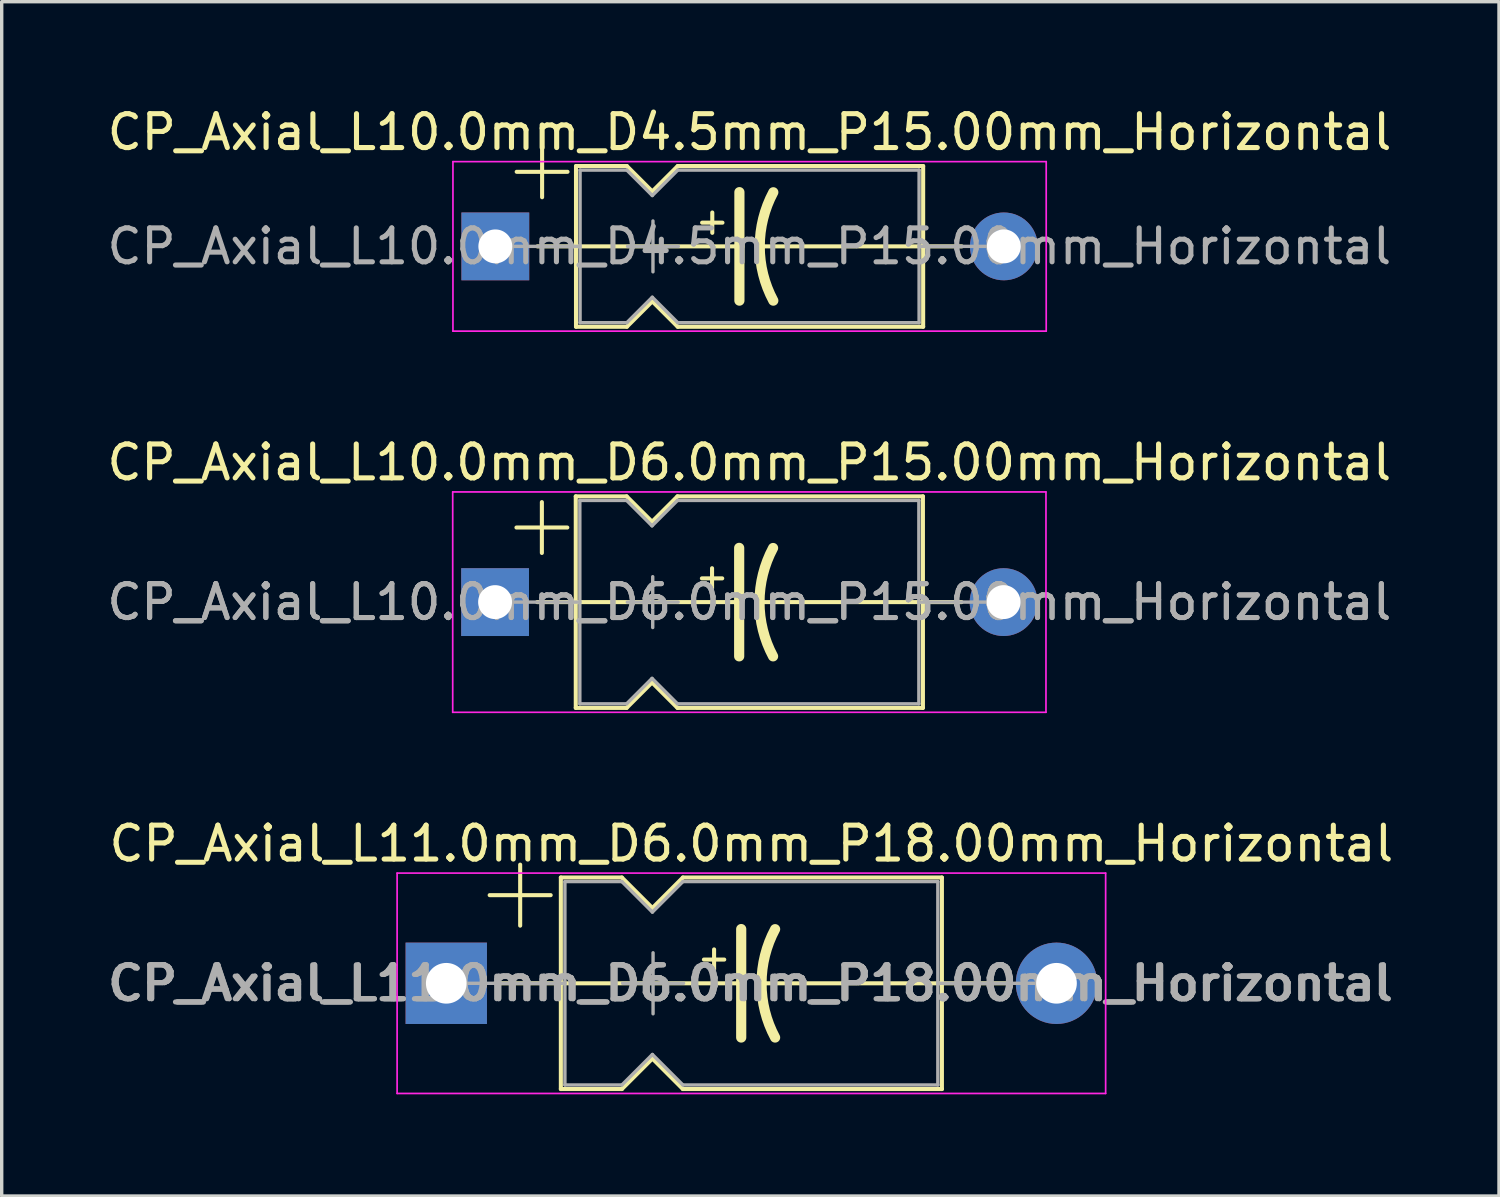
<source format=kicad_pcb>
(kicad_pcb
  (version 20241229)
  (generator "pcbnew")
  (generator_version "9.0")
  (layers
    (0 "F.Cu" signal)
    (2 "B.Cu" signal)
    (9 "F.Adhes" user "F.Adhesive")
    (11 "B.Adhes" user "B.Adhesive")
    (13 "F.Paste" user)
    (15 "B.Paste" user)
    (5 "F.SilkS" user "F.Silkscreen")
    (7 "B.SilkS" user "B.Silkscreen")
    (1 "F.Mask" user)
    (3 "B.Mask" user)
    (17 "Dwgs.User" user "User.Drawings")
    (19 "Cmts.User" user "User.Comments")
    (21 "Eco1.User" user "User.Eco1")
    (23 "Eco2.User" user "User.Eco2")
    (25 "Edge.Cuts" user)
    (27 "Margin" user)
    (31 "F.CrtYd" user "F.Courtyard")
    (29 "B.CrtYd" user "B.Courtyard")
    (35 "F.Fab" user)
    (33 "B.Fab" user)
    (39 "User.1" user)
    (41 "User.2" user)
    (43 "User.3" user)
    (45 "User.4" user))
  (footprint "CP_Axial_L10.0mm_D4.5mm_P15.00mm_Horizontal"
    (layer "F.Cu")
    (at 11.561 4.218)
    (property "Reference" "CP_Axial_L10.0mm_D4.5mm_P15.00mm_Horizontal" (at 7.5 -3.37 0) (layer "F.SilkS") (effects (font (size 1 1) (thickness 0.15))))
    (attr through_hole)
    (fp_line (start 0.63 -2.2) (end 2.13 -2.2) (stroke (width 0.12) (type solid)) (layer "F.SilkS"))
    (fp_line (start 1.24 0) (end 2.38 0) (stroke (width 0.12) (type solid)) (layer "F.SilkS"))
    (fp_line (start 1.38 -2.95) (end 1.38 -1.45) (stroke (width 0.12) (type solid)) (layer "F.SilkS"))
    (fp_line (start 2.38 -2.37) (end 2.38 2.37) (stroke (width 0.12) (type solid)) (layer "F.SilkS"))
    (fp_line (start 2.38 -2.37) (end 3.88 -2.37) (stroke (width 0.12) (type solid)) (layer "F.SilkS"))
    (fp_line (start 2.38 0) (end 7.2 0) (stroke (width 0.12) (type solid)) (layer "F.SilkS"))
    (fp_line (start 2.38 2.37) (end 3.88 2.37) (stroke (width 0.12) (type solid)) (layer "F.SilkS"))
    (fp_line (start 3.88 -2.37) (end 4.63 -1.62) (stroke (width 0.12) (type solid)) (layer "F.SilkS"))
    (fp_line (start 3.88 2.37) (end 4.63 1.62) (stroke (width 0.12) (type solid)) (layer "F.SilkS"))
    (fp_line (start 4.63 -1.62) (end 5.38 -2.37) (stroke (width 0.12) (type solid)) (layer "F.SilkS"))
    (fp_line (start 4.63 1.62) (end 5.38 2.37) (stroke (width 0.12) (type solid)) (layer "F.SilkS"))
    (fp_line (start 5.38 -2.37) (end 12.62 -2.37) (stroke (width 0.12) (type solid)) (layer "F.SilkS"))
    (fp_line (start 5.38 2.37) (end 12.62 2.37) (stroke (width 0.12) (type solid)) (layer "F.SilkS"))
    (fp_line (start 6.1 -0.7) (end 6.7 -0.7) (stroke (width 0.12) (type solid)) (layer "F.SilkS"))
    (fp_line (start 6.4 -1) (end 6.4 -0.4) (stroke (width 0.12) (type solid)) (layer "F.SilkS"))
    (fp_line (start 7.2 0) (end 7.2 -1.6) (stroke (width 0.3) (type solid)) (layer "F.SilkS"))
    (fp_line (start 7.2 0) (end 7.2 1.6) (stroke (width 0.3) (type solid)) (layer "F.SilkS"))
    (fp_line (start 12.62 -2.37) (end 12.62 2.37) (stroke (width 0.12) (type solid)) (layer "F.SilkS"))
    (fp_line (start 12.62 0) (end 7.8 0) (stroke (width 0.12) (type solid)) (layer "F.SilkS"))
    (fp_line (start 13.76 0) (end 12.62 0) (stroke (width 0.12) (type solid)) (layer "F.SilkS"))
    (fp_arc (start 7.8 0) (mid 7.901655 -0.822724) (end 8.2 -1.596157) (stroke (width 0.3) (type solid)) (layer "F.SilkS"))
    (fp_arc (start 8.2 1.6) (mid 7.900518 0.82487) (end 7.8 0) (stroke (width 0.3) (type solid)) (layer "F.SilkS"))
    (fp_line (start -1.25 -2.5) (end -1.25 2.5) (stroke (width 0.05) (type solid)) (layer "F.CrtYd"))
    (fp_line (start -1.25 2.5) (end 16.25 2.5) (stroke (width 0.05) (type solid)) (layer "F.CrtYd"))
    (fp_line (start 16.25 -2.5) (end -1.25 -2.5) (stroke (width 0.05) (type solid)) (layer "F.CrtYd"))
    (fp_line (start 16.25 2.5) (end 16.25 -2.5) (stroke (width 0.05) (type solid)) (layer "F.CrtYd"))
    (fp_line (start 0 0) (end 2.5 0) (stroke (width 0.1) (type solid)) (layer "F.Fab"))
    (fp_line (start 2.5 -2.25) (end 2.5 2.25) (stroke (width 0.1) (type solid)) (layer "F.Fab"))
    (fp_line (start 2.5 -2.25) (end 3.88 -2.25) (stroke (width 0.1) (type solid)) (layer "F.Fab"))
    (fp_line (start 2.5 2.25) (end 3.88 2.25) (stroke (width 0.1) (type solid)) (layer "F.Fab"))
    (fp_line (start 3.88 -2.25) (end 4.63 -1.5) (stroke (width 0.1) (type solid)) (layer "F.Fab"))
    (fp_line (start 3.88 2.25) (end 4.63 1.5) (stroke (width 0.1) (type solid)) (layer "F.Fab"))
    (fp_line (start 3.9 0) (end 5.4 0) (stroke (width 0.1) (type solid)) (layer "F.Fab"))
    (fp_line (start 4.63 -1.5) (end 5.38 -2.25) (stroke (width 0.1) (type solid)) (layer "F.Fab"))
    (fp_line (start 4.63 1.5) (end 5.38 2.25) (stroke (width 0.1) (type solid)) (layer "F.Fab"))
    (fp_line (start 4.65 -0.75) (end 4.65 0.75) (stroke (width 0.1) (type solid)) (layer "F.Fab"))
    (fp_line (start 5.38 -2.25) (end 12.5 -2.25) (stroke (width 0.1) (type solid)) (layer "F.Fab"))
    (fp_line (start 5.38 2.25) (end 12.5 2.25) (stroke (width 0.1) (type solid)) (layer "F.Fab"))
    (fp_line (start 12.5 -2.25) (end 12.5 2.25) (stroke (width 0.1) (type solid)) (layer "F.Fab"))
    (fp_line (start 15 0) (end 12.5 0) (stroke (width 0.1) (type solid)) (layer "F.Fab"))
    (fp_text user "${REFERENCE}" (at 7.493 0 0) (layer "F.Fab") (effects (font (size 1 1) (thickness 0.15))))
    (pad "1" thru_hole rect (at 0 0) (size 2 2) (drill 1) (layers "*.Cu" "*.Mask"))
    (pad "2" thru_hole oval (at 15 0) (size 2 2) (drill 1) (layers "*.Cu" "*.Mask")))
  (footprint "CP_Axial_L10.0mm_D6.0mm_P15.00mm_Horizontal"
    (layer "F.Cu")
    (at 11.554 14.711)
    (property "Reference" "CP_Axial_L10.0mm_D6.0mm_P15.00mm_Horizontal" (at 7.5 -4.12 0) (layer "F.SilkS") (effects (font (size 1 1) (thickness 0.15))))
    (attr through_hole)
    (fp_line (start 0.63 -2.2) (end 2.13 -2.2) (stroke (width 0.12) (type solid)) (layer "F.SilkS"))
    (fp_line (start 1.24 0) (end 2.38 0) (stroke (width 0.12) (type solid)) (layer "F.SilkS"))
    (fp_line (start 1.38 -2.95) (end 1.38 -1.45) (stroke (width 0.12) (type solid)) (layer "F.SilkS"))
    (fp_line (start 2.38 -3.12) (end 2.38 3.12) (stroke (width 0.12) (type solid)) (layer "F.SilkS"))
    (fp_line (start 2.38 -3.12) (end 3.88 -3.12) (stroke (width 0.12) (type solid)) (layer "F.SilkS"))
    (fp_line (start 2.38 0) (end 7.2 0) (stroke (width 0.12) (type solid)) (layer "F.SilkS"))
    (fp_line (start 2.38 3.12) (end 3.88 3.12) (stroke (width 0.12) (type solid)) (layer "F.SilkS"))
    (fp_line (start 3.88 -3.12) (end 4.63 -2.37) (stroke (width 0.12) (type solid)) (layer "F.SilkS"))
    (fp_line (start 3.88 3.12) (end 4.63 2.37) (stroke (width 0.12) (type solid)) (layer "F.SilkS"))
    (fp_line (start 4.63 -2.37) (end 5.38 -3.12) (stroke (width 0.12) (type solid)) (layer "F.SilkS"))
    (fp_line (start 4.63 2.37) (end 5.38 3.12) (stroke (width 0.12) (type solid)) (layer "F.SilkS"))
    (fp_line (start 5.38 -3.12) (end 12.62 -3.12) (stroke (width 0.12) (type solid)) (layer "F.SilkS"))
    (fp_line (start 5.38 3.12) (end 12.62 3.12) (stroke (width 0.12) (type solid)) (layer "F.SilkS"))
    (fp_line (start 6.1 -0.7) (end 6.7 -0.7) (stroke (width 0.12) (type solid)) (layer "F.SilkS"))
    (fp_line (start 6.4 -1) (end 6.4 -0.4) (stroke (width 0.12) (type solid)) (layer "F.SilkS"))
    (fp_line (start 7.2 0) (end 7.2 -1.6) (stroke (width 0.3) (type solid)) (layer "F.SilkS"))
    (fp_line (start 7.2 0) (end 7.2 1.6) (stroke (width 0.3) (type solid)) (layer "F.SilkS"))
    (fp_line (start 12.62 -3.12) (end 12.62 3.12) (stroke (width 0.12) (type solid)) (layer "F.SilkS"))
    (fp_line (start 12.62 0) (end 7.8 0) (stroke (width 0.12) (type solid)) (layer "F.SilkS"))
    (fp_line (start 13.76 0) (end 12.62 0) (stroke (width 0.12) (type solid)) (layer "F.SilkS"))
    (fp_arc (start 7.8 0) (mid 7.901652 -0.822725) (end 8.2 -1.596157) (stroke (width 0.3) (type solid)) (layer "F.SilkS"))
    (fp_arc (start 8.2 1.6) (mid 7.900523 0.824869) (end 7.8 0) (stroke (width 0.3) (type solid)) (layer "F.SilkS"))
    (fp_line (start -1.25 -3.25) (end -1.25 3.25) (stroke (width 0.05) (type solid)) (layer "F.CrtYd"))
    (fp_line (start -1.25 3.25) (end 16.25 3.25) (stroke (width 0.05) (type solid)) (layer "F.CrtYd"))
    (fp_line (start 16.25 -3.25) (end -1.25 -3.25) (stroke (width 0.05) (type solid)) (layer "F.CrtYd"))
    (fp_line (start 16.25 3.25) (end 16.25 -3.25) (stroke (width 0.05) (type solid)) (layer "F.CrtYd"))
    (fp_line (start 0 0) (end 2.5 0) (stroke (width 0.1) (type solid)) (layer "F.Fab"))
    (fp_line (start 2.5 -3) (end 2.5 3) (stroke (width 0.1) (type solid)) (layer "F.Fab"))
    (fp_line (start 2.5 -3) (end 3.88 -3) (stroke (width 0.1) (type solid)) (layer "F.Fab"))
    (fp_line (start 2.5 3) (end 3.88 3) (stroke (width 0.1) (type solid)) (layer "F.Fab"))
    (fp_line (start 3.88 -3) (end 4.63 -2.25) (stroke (width 0.1) (type solid)) (layer "F.Fab"))
    (fp_line (start 3.88 3) (end 4.63 2.25) (stroke (width 0.1) (type solid)) (layer "F.Fab"))
    (fp_line (start 3.9 0) (end 5.4 0) (stroke (width 0.1) (type solid)) (layer "F.Fab"))
    (fp_line (start 4.63 -2.25) (end 5.38 -3) (stroke (width 0.1) (type solid)) (layer "F.Fab"))
    (fp_line (start 4.63 2.25) (end 5.38 3) (stroke (width 0.1) (type solid)) (layer "F.Fab"))
    (fp_line (start 4.65 -0.75) (end 4.65 0.75) (stroke (width 0.1) (type solid)) (layer "F.Fab"))
    (fp_line (start 5.38 -3) (end 12.5 -3) (stroke (width 0.1) (type solid)) (layer "F.Fab"))
    (fp_line (start 5.38 3) (end 12.5 3) (stroke (width 0.1) (type solid)) (layer "F.Fab"))
    (fp_line (start 12.5 -3) (end 12.5 3) (stroke (width 0.1) (type solid)) (layer "F.Fab"))
    (fp_line (start 15 0) (end 12.5 0) (stroke (width 0.1) (type solid)) (layer "F.Fab"))
    (fp_text user "${REFERENCE}" (at 7.5 0 0) (layer "F.Fab") (effects (font (size 1 1) (thickness 0.15))))
    (fp_text user "${REFERENCE}" (at 7.5 0 0) (layer "F.Fab") (effects (font (size 1 1) (thickness 0.15))))
    (pad "1" thru_hole rect (at 0 0) (size 2 2) (drill 1) (layers "*.Cu" "*.Mask"))
    (pad "2" thru_hole oval (at 15 0) (size 2 2) (drill 1) (layers "*.Cu" "*.Mask")))
  (footprint "CP_Axial_L11.0mm_D6.0mm_P18.00mm_Horizontal"
    (layer "F.Cu")
    (at 10.114 25.955)
    (property "Reference" "CP_Axial_L11.0mm_D6.0mm_P18.00mm_Horizontal" (at 9 -4.12 0) (layer "F.SilkS") (effects (font (size 1 1) (thickness 0.15))))
    (attr through_hole)
    (fp_line (start 1.28 -2.6) (end 3.08 -2.6) (stroke (width 0.12) (type solid)) (layer "F.SilkS"))
    (fp_line (start 1.44 0) (end 3.38 0) (stroke (width 0.12) (type solid)) (layer "F.SilkS"))
    (fp_line (start 2.18 -3.5) (end 2.18 -1.7) (stroke (width 0.12) (type solid)) (layer "F.SilkS"))
    (fp_line (start 3.38 -3.12) (end 3.38 3.12) (stroke (width 0.12) (type solid)) (layer "F.SilkS"))
    (fp_line (start 3.38 -3.12) (end 5.18 -3.12) (stroke (width 0.12) (type solid)) (layer "F.SilkS"))
    (fp_line (start 3.38 0) (end 8.7 0) (stroke (width 0.12) (type solid)) (layer "F.SilkS"))
    (fp_line (start 3.38 3.12) (end 5.18 3.12) (stroke (width 0.12) (type solid)) (layer "F.SilkS"))
    (fp_line (start 5.18 -3.12) (end 6.08 -2.22) (stroke (width 0.12) (type solid)) (layer "F.SilkS"))
    (fp_line (start 5.18 3.12) (end 6.08 2.22) (stroke (width 0.12) (type solid)) (layer "F.SilkS"))
    (fp_line (start 6.08 -2.22) (end 6.98 -3.12) (stroke (width 0.12) (type solid)) (layer "F.SilkS"))
    (fp_line (start 6.08 2.22) (end 6.98 3.12) (stroke (width 0.12) (type solid)) (layer "F.SilkS"))
    (fp_line (start 6.98 -3.12) (end 14.62 -3.12) (stroke (width 0.12) (type solid)) (layer "F.SilkS"))
    (fp_line (start 6.98 3.12) (end 14.62 3.12) (stroke (width 0.12) (type solid)) (layer "F.SilkS"))
    (fp_line (start 7.6 -0.7) (end 8.2 -0.7) (stroke (width 0.12) (type solid)) (layer "F.SilkS"))
    (fp_line (start 7.9 -1) (end 7.9 -0.4) (stroke (width 0.12) (type solid)) (layer "F.SilkS"))
    (fp_line (start 8.7 0) (end 8.7 -1.6) (stroke (width 0.3) (type solid)) (layer "F.SilkS"))
    (fp_line (start 8.7 0) (end 8.7 1.6) (stroke (width 0.3) (type solid)) (layer "F.SilkS"))
    (fp_line (start 14.62 -3.12) (end 14.62 3.12) (stroke (width 0.12) (type solid)) (layer "F.SilkS"))
    (fp_line (start 14.62 0) (end 9.3 0) (stroke (width 0.12) (type solid)) (layer "F.SilkS"))
    (fp_line (start 16.56 0) (end 14.62 0) (stroke (width 0.12) (type solid)) (layer "F.SilkS"))
    (fp_arc (start 9.3 0) (mid 9.401652 -0.822725) (end 9.7 -1.596157) (stroke (width 0.3) (type solid)) (layer "F.SilkS"))
    (fp_arc (start 9.7 1.6) (mid 9.400523 0.824869) (end 9.3 0) (stroke (width 0.3) (type solid)) (layer "F.SilkS"))
    (fp_line (start -1.45 -3.25) (end -1.45 3.25) (stroke (width 0.05) (type solid)) (layer "F.CrtYd"))
    (fp_line (start -1.45 3.25) (end 19.45 3.25) (stroke (width 0.05) (type solid)) (layer "F.CrtYd"))
    (fp_line (start 19.45 -3.25) (end -1.45 -3.25) (stroke (width 0.05) (type solid)) (layer "F.CrtYd"))
    (fp_line (start 19.45 3.25) (end 19.45 -3.25) (stroke (width 0.05) (type solid)) (layer "F.CrtYd"))
    (fp_line (start 0 0) (end 3.5 0) (stroke (width 0.1) (type solid)) (layer "F.Fab"))
    (fp_line (start 3.5 -3) (end 3.5 3) (stroke (width 0.1) (type solid)) (layer "F.Fab"))
    (fp_line (start 3.5 -3) (end 5.18 -3) (stroke (width 0.1) (type solid)) (layer "F.Fab"))
    (fp_line (start 3.5 3) (end 5.18 3) (stroke (width 0.1) (type solid)) (layer "F.Fab"))
    (fp_line (start 5.18 -3) (end 6.08 -2.1) (stroke (width 0.1) (type solid)) (layer "F.Fab"))
    (fp_line (start 5.18 3) (end 6.08 2.1) (stroke (width 0.1) (type solid)) (layer "F.Fab"))
    (fp_line (start 5.2 0) (end 7 0) (stroke (width 0.1) (type solid)) (layer "F.Fab"))
    (fp_line (start 6.08 -2.1) (end 6.98 -3) (stroke (width 0.1) (type solid)) (layer "F.Fab"))
    (fp_line (start 6.08 2.1) (end 6.98 3) (stroke (width 0.1) (type solid)) (layer "F.Fab"))
    (fp_line (start 6.1 -0.9) (end 6.1 0.9) (stroke (width 0.1) (type solid)) (layer "F.Fab"))
    (fp_line (start 6.98 -3) (end 14.5 -3) (stroke (width 0.1) (type solid)) (layer "F.Fab"))
    (fp_line (start 6.98 3) (end 14.5 3) (stroke (width 0.1) (type solid)) (layer "F.Fab"))
    (fp_line (start 14.5 -3) (end 14.5 3) (stroke (width 0.1) (type solid)) (layer "F.Fab"))
    (fp_line (start 18 0) (end 14.5 0) (stroke (width 0.1) (type solid)) (layer "F.Fab"))
    (fp_text user "${REFERENCE}" (at 8.94 0 0) (layer "F.Fab") (effects (font (size 1 1) (thickness 0.15))))
    (fp_text user "${REFERENCE}" (at 9 0 0) (layer "F.Fab") (effects (font (size 1 1) (thickness 0.15))))
    (fp_text user "${REFERENCE}" (at 9 0 0) (layer "F.Fab") (effects (font (size 1 1) (thickness 0.15))))
    (pad "1" thru_hole rect (at 0 0) (size 2.4 2.4) (drill 1.2) (layers "*.Cu" "*.Mask"))
    (pad "2" thru_hole oval (at 18 0) (size 2.4 2.4) (drill 1.2) (layers "*.Cu" "*.Mask")))
  (gr_rect
    (start -3 -3)
    (end 41.167 32.23)
    (stroke (width 0.1) (type default))
    (fill no)
    (layer "Edge.Cuts")))
</source>
